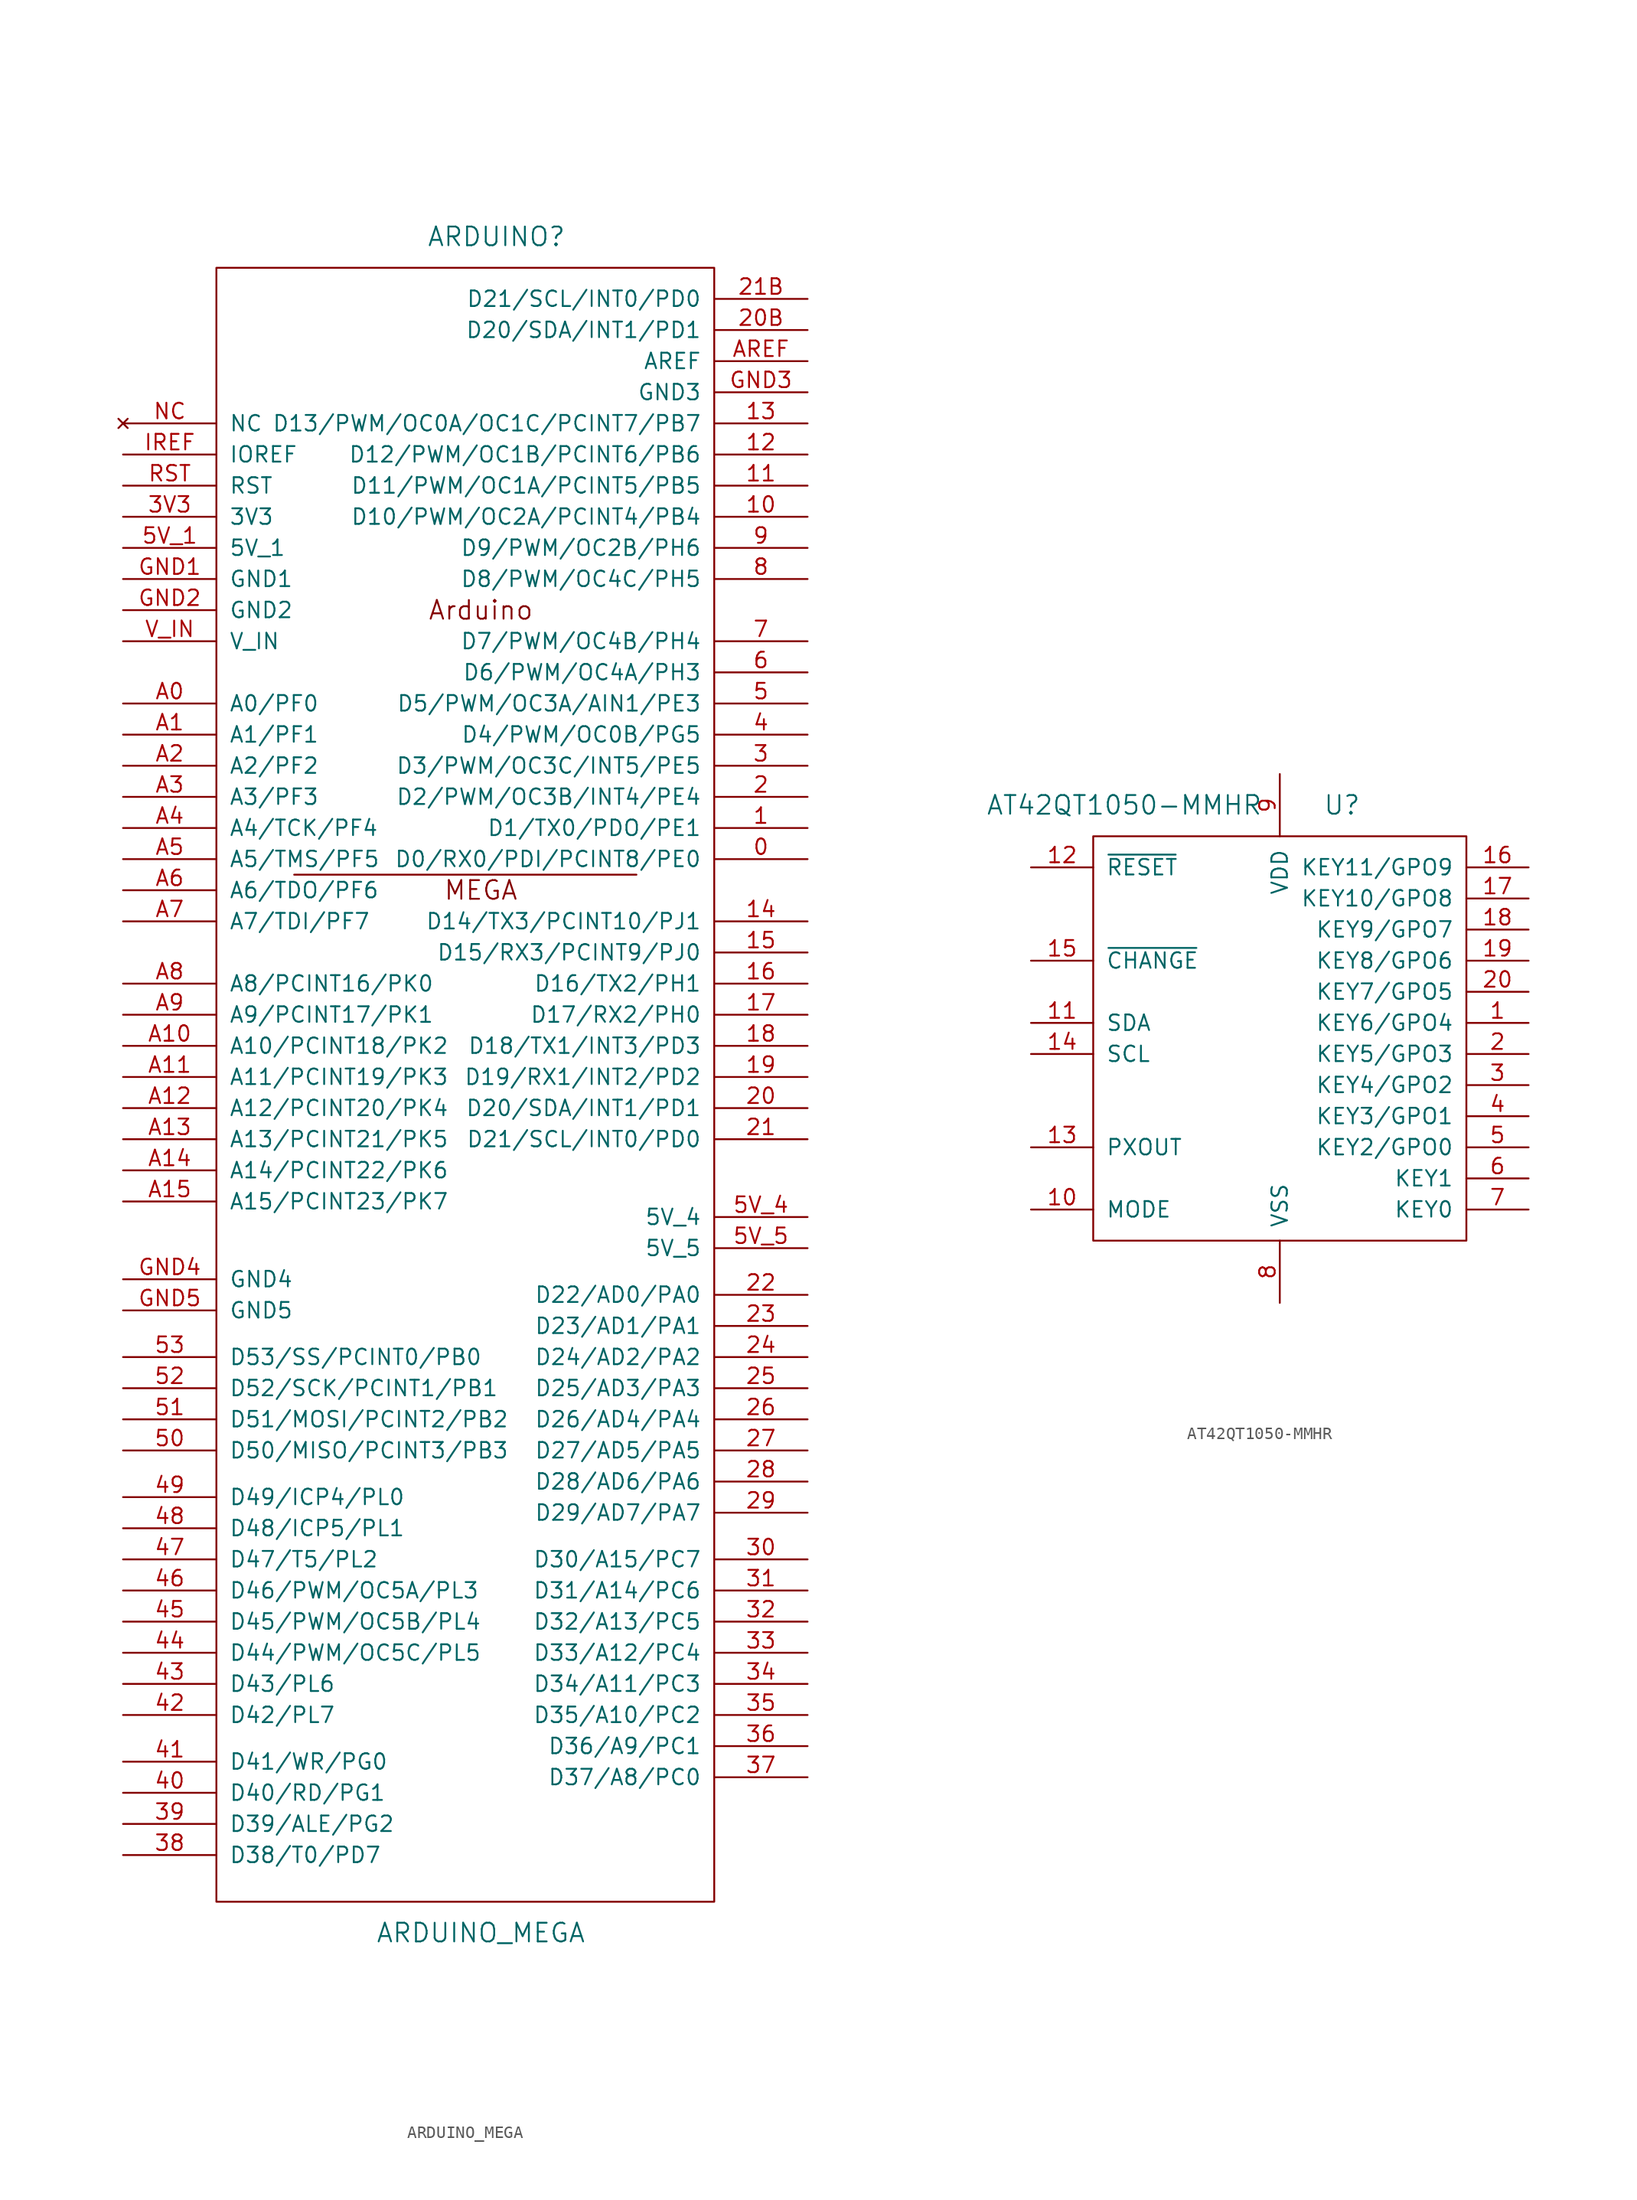
<source format=kicad_sym>
(kicad_symbol_lib
  (version 20211014)
  (generator kicad_symbol_editor)
  (symbol "ARDUINO_MEGA"
    (pin_names
      (offset 1.016))
    (property "Reference" "ARDUINO"
      (at 1.27 69.85 0)
      (effects (font (size 1.524 1.524))))
    (property "Value" "ARDUINO_MEGA"
      (at 0 -68.58 0)
      (effects (font (size 1.524 1.524))))
    (property "Datasheet" ""
      (at 1.27 69.85 0)
      (effects (font (size 1.524 1.524))))
    (symbol "ARDUINO_MEGA_0_0"
      (text "Arduino" (at 0 39.37 0) (effects (font (size 1.524 1.524))))
      (text "MEGA" (at 0 16.51 0) (effects (font (size 1.524 1.524)))))
    (symbol "ARDUINO_MEGA_0_1"
      (rectangle (start -21.59 -66.04) (end 19.05 67.31) (stroke (width 0) (type default) (color 0 0 0 0)) (fill (type none)))
      (polyline (pts (xy -15.24 17.78) (xy 12.7 17.78) (xy 12.7 17.78)) (stroke (width 0) (type default) (color 0 0 0 0)) (fill (type none))))
    (symbol "ARDUINO_MEGA_1_1"
      (pin bidirectional line (at 26.67 19.05 180) (length 7.62) (name "D0/RX0/PDI/PCINT8/PE0" (effects (font (size 1.27 1.27)))) (number "0" (effects (font (size 1.27 1.27)))))
      (pin bidirectional line (at 26.67 21.59 180) (length 7.62) (name "D1/TX0/PDO/PE1" (effects (font (size 1.27 1.27)))) (number "1" (effects (font (size 1.27 1.27)))))
      (pin bidirectional line (at 26.67 46.99 180) (length 7.62) (name "D10/PWM/OC2A/PCINT4/PB4" (effects (font (size 1.27 1.27)))) (number "10" (effects (font (size 1.27 1.27)))))
      (pin bidirectional line (at 26.67 49.53 180) (length 7.62) (name "D11/PWM/OC1A/PCINT5/PB5" (effects (font (size 1.27 1.27)))) (number "11" (effects (font (size 1.27 1.27)))))
      (pin bidirectional line (at 26.67 52.07 180) (length 7.62) (name "D12/PWM/OC1B/PCINT6/PB6" (effects (font (size 1.27 1.27)))) (number "12" (effects (font (size 1.27 1.27)))))
      (pin bidirectional line (at 26.67 54.61 180) (length 7.62) (name "D13/PWM/OC0A/OC1C/PCINT7/PB7" (effects (font (size 1.27 1.27)))) (number "13" (effects (font (size 1.27 1.27)))))
      (pin bidirectional line (at 26.67 13.97 180) (length 7.62) (name "D14/TX3/PCINT10/PJ1" (effects (font (size 1.27 1.27)))) (number "14" (effects (font (size 1.27 1.27)))))
      (pin bidirectional line (at 26.67 11.43 180) (length 7.62) (name "D15/RX3/PCINT9/PJ0" (effects (font (size 1.27 1.27)))) (number "15" (effects (font (size 1.27 1.27)))))
      (pin bidirectional line (at 26.67 8.89 180) (length 7.62) (name "D16/TX2/PH1" (effects (font (size 1.27 1.27)))) (number "16" (effects (font (size 1.27 1.27)))))
      (pin bidirectional line (at 26.67 6.35 180) (length 7.62) (name "D17/RX2/PH0" (effects (font (size 1.27 1.27)))) (number "17" (effects (font (size 1.27 1.27)))))
      (pin bidirectional line (at 26.67 3.81 180) (length 7.62) (name "D18/TX1/INT3/PD3" (effects (font (size 1.27 1.27)))) (number "18" (effects (font (size 1.27 1.27)))))
      (pin bidirectional line (at 26.67 1.27 180) (length 7.62) (name "D19/RX1/INT2/PD2" (effects (font (size 1.27 1.27)))) (number "19" (effects (font (size 1.27 1.27)))))
      (pin bidirectional line (at 26.67 24.13 180) (length 7.62) (name "D2/PWM/OC3B/INT4/PE4" (effects (font (size 1.27 1.27)))) (number "2" (effects (font (size 1.27 1.27)))))
      (pin bidirectional line (at 26.67 -1.27 180) (length 7.62) (name "D20/SDA/INT1/PD1" (effects (font (size 1.27 1.27)))) (number "20" (effects (font (size 1.27 1.27)))))
      (pin bidirectional line (at 26.67 62.23 180) (length 7.62) (name "D20/SDA/INT1/PD1" (effects (font (size 1.27 1.27)))) (number "20B" (effects (font (size 1.27 1.27)))))
      (pin bidirectional line (at 26.67 -3.81 180) (length 7.62) (name "D21/SCL/INT0/PD0" (effects (font (size 1.27 1.27)))) (number "21" (effects (font (size 1.27 1.27)))))
      (pin bidirectional line (at 26.67 64.77 180) (length 7.62) (name "D21/SCL/INT0/PD0" (effects (font (size 1.27 1.27)))) (number "21B" (effects (font (size 1.27 1.27)))))
      (pin bidirectional line (at 26.67 -16.51 180) (length 7.62) (name "D22/AD0/PA0" (effects (font (size 1.27 1.27)))) (number "22" (effects (font (size 1.27 1.27)))))
      (pin bidirectional line (at 26.67 -19.05 180) (length 7.62) (name "D23/AD1/PA1" (effects (font (size 1.27 1.27)))) (number "23" (effects (font (size 1.27 1.27)))))
      (pin bidirectional line (at 26.67 -21.59 180) (length 7.62) (name "D24/AD2/PA2" (effects (font (size 1.27 1.27)))) (number "24" (effects (font (size 1.27 1.27)))))
      (pin bidirectional line (at 26.67 -24.13 180) (length 7.62) (name "D25/AD3/PA3" (effects (font (size 1.27 1.27)))) (number "25" (effects (font (size 1.27 1.27)))))
      (pin bidirectional line (at 26.67 -26.67 180) (length 7.62) (name "D26/AD4/PA4" (effects (font (size 1.27 1.27)))) (number "26" (effects (font (size 1.27 1.27)))))
      (pin bidirectional line (at 26.67 -29.21 180) (length 7.62) (name "D27/AD5/PA5" (effects (font (size 1.27 1.27)))) (number "27" (effects (font (size 1.27 1.27)))))
      (pin bidirectional line (at 26.67 -31.75 180) (length 7.62) (name "D28/AD6/PA6" (effects (font (size 1.27 1.27)))) (number "28" (effects (font (size 1.27 1.27)))))
      (pin bidirectional line (at 26.67 -34.29 180) (length 7.62) (name "D29/AD7/PA7" (effects (font (size 1.27 1.27)))) (number "29" (effects (font (size 1.27 1.27)))))
      (pin bidirectional line (at 26.67 26.67 180) (length 7.62) (name "D3/PWM/OC3C/INT5/PE5" (effects (font (size 1.27 1.27)))) (number "3" (effects (font (size 1.27 1.27)))))
      (pin bidirectional line (at 26.67 -38.1 180) (length 7.62) (name "D30/A15/PC7" (effects (font (size 1.27 1.27)))) (number "30" (effects (font (size 1.27 1.27)))))
      (pin bidirectional line (at 26.67 -40.64 180) (length 7.62) (name "D31/A14/PC6" (effects (font (size 1.27 1.27)))) (number "31" (effects (font (size 1.27 1.27)))))
      (pin bidirectional line (at 26.67 -43.18 180) (length 7.62) (name "D32/A13/PC5" (effects (font (size 1.27 1.27)))) (number "32" (effects (font (size 1.27 1.27)))))
      (pin bidirectional line (at 26.67 -45.72 180) (length 7.62) (name "D33/A12/PC4" (effects (font (size 1.27 1.27)))) (number "33" (effects (font (size 1.27 1.27)))))
      (pin bidirectional line (at 26.67 -48.26 180) (length 7.62) (name "D34/A11/PC3" (effects (font (size 1.27 1.27)))) (number "34" (effects (font (size 1.27 1.27)))))
      (pin bidirectional line (at 26.67 -50.8 180) (length 7.62) (name "D35/A10/PC2" (effects (font (size 1.27 1.27)))) (number "35" (effects (font (size 1.27 1.27)))))
      (pin bidirectional line (at 26.67 -53.34 180) (length 7.62) (name "D36/A9/PC1" (effects (font (size 1.27 1.27)))) (number "36" (effects (font (size 1.27 1.27)))))
      (pin bidirectional line (at 26.67 -55.88 180) (length 7.62) (name "D37/A8/PC0" (effects (font (size 1.27 1.27)))) (number "37" (effects (font (size 1.27 1.27)))))
      (pin bidirectional line (at -29.21 -62.23 0) (length 7.62) (name "D38/T0/PD7" (effects (font (size 1.27 1.27)))) (number "38" (effects (font (size 1.27 1.27)))))
      (pin bidirectional line (at -29.21 -59.69 0) (length 7.62) (name "D39/ALE/PG2" (effects (font (size 1.27 1.27)))) (number "39" (effects (font (size 1.27 1.27)))))
      (pin power_in line (at -29.21 46.99 0) (length 7.62) (name "3V3" (effects (font (size 1.27 1.27)))) (number "3V3" (effects (font (size 1.27 1.27)))))
      (pin bidirectional line (at 26.67 29.21 180) (length 7.62) (name "D4/PWM/OC0B/PG5" (effects (font (size 1.27 1.27)))) (number "4" (effects (font (size 1.27 1.27)))))
      (pin bidirectional line (at -29.21 -57.15 0) (length 7.62) (name "D40/RD/PG1" (effects (font (size 1.27 1.27)))) (number "40" (effects (font (size 1.27 1.27)))))
      (pin bidirectional line (at -29.21 -54.61 0) (length 7.62) (name "D41/WR/PG0" (effects (font (size 1.27 1.27)))) (number "41" (effects (font (size 1.27 1.27)))))
      (pin bidirectional line (at -29.21 -50.8 0) (length 7.62) (name "D42/PL7" (effects (font (size 1.27 1.27)))) (number "42" (effects (font (size 1.27 1.27)))))
      (pin bidirectional line (at -29.21 -48.26 0) (length 7.62) (name "D43/PL6" (effects (font (size 1.27 1.27)))) (number "43" (effects (font (size 1.27 1.27)))))
      (pin bidirectional line (at -29.21 -45.72 0) (length 7.62) (name "D44/PWM/OC5C/PL5" (effects (font (size 1.27 1.27)))) (number "44" (effects (font (size 1.27 1.27)))))
      (pin bidirectional line (at -29.21 -43.18 0) (length 7.62) (name "D45/PWM/OC5B/PL4" (effects (font (size 1.27 1.27)))) (number "45" (effects (font (size 1.27 1.27)))))
      (pin bidirectional line (at -29.21 -40.64 0) (length 7.62) (name "D46/PWM/OC5A/PL3" (effects (font (size 1.27 1.27)))) (number "46" (effects (font (size 1.27 1.27)))))
      (pin bidirectional line (at -29.21 -38.1 0) (length 7.62) (name "D47/T5/PL2" (effects (font (size 1.27 1.27)))) (number "47" (effects (font (size 1.27 1.27)))))
      (pin bidirectional line (at -29.21 -35.56 0) (length 7.62) (name "D48/ICP5/PL1" (effects (font (size 1.27 1.27)))) (number "48" (effects (font (size 1.27 1.27)))))
      (pin bidirectional line (at -29.21 -33.02 0) (length 7.62) (name "D49/ICP4/PL0" (effects (font (size 1.27 1.27)))) (number "49" (effects (font (size 1.27 1.27)))))
      (pin bidirectional line (at 26.67 31.75 180) (length 7.62) (name "D5/PWM/OC3A/AIN1/PE3" (effects (font (size 1.27 1.27)))) (number "5" (effects (font (size 1.27 1.27)))))
      (pin bidirectional line (at -29.21 -29.21 0) (length 7.62) (name "D50/MISO/PCINT3/PB3" (effects (font (size 1.27 1.27)))) (number "50" (effects (font (size 1.27 1.27)))))
      (pin bidirectional line (at -29.21 -26.67 0) (length 7.62) (name "D51/MOSI/PCINT2/PB2" (effects (font (size 1.27 1.27)))) (number "51" (effects (font (size 1.27 1.27)))))
      (pin bidirectional line (at -29.21 -24.13 0) (length 7.62) (name "D52/SCK/PCINT1/PB1" (effects (font (size 1.27 1.27)))) (number "52" (effects (font (size 1.27 1.27)))))
      (pin bidirectional line (at -29.21 -21.59 0) (length 7.62) (name "D53/SS/PCINT0/PB0" (effects (font (size 1.27 1.27)))) (number "53" (effects (font (size 1.27 1.27)))))
      (pin power_in line (at -29.21 44.45 0) (length 7.62) (name "5V_1" (effects (font (size 1.27 1.27)))) (number "5V_1" (effects (font (size 1.27 1.27)))))
      (pin power_in line (at 26.67 -10.16 180) (length 7.62) (name "5V_4" (effects (font (size 1.27 1.27)))) (number "5V_4" (effects (font (size 1.27 1.27)))))
      (pin power_in line (at 26.67 -12.7 180) (length 7.62) (name "5V_5" (effects (font (size 1.27 1.27)))) (number "5V_5" (effects (font (size 1.27 1.27)))))
      (pin bidirectional line (at 26.67 34.29 180) (length 7.62) (name "D6/PWM/OC4A/PH3" (effects (font (size 1.27 1.27)))) (number "6" (effects (font (size 1.27 1.27)))))
      (pin bidirectional line (at 26.67 36.83 180) (length 7.62) (name "D7/PWM/OC4B/PH4" (effects (font (size 1.27 1.27)))) (number "7" (effects (font (size 1.27 1.27)))))
      (pin bidirectional line (at 26.67 41.91 180) (length 7.62) (name "D8/PWM/OC4C/PH5" (effects (font (size 1.27 1.27)))) (number "8" (effects (font (size 1.27 1.27)))))
      (pin bidirectional line (at 26.67 44.45 180) (length 7.62) (name "D9/PWM/OC2B/PH6" (effects (font (size 1.27 1.27)))) (number "9" (effects (font (size 1.27 1.27)))))
      (pin bidirectional line (at -29.21 31.75 0) (length 7.62) (name "A0/PF0" (effects (font (size 1.27 1.27)))) (number "A0" (effects (font (size 1.27 1.27)))))
      (pin bidirectional line (at -29.21 29.21 0) (length 7.62) (name "A1/PF1" (effects (font (size 1.27 1.27)))) (number "A1" (effects (font (size 1.27 1.27)))))
      (pin bidirectional line (at -29.21 3.81 0) (length 7.62) (name "A10/PCINT18/PK2" (effects (font (size 1.27 1.27)))) (number "A10" (effects (font (size 1.27 1.27)))))
      (pin bidirectional line (at -29.21 1.27 0) (length 7.62) (name "A11/PCINT19/PK3" (effects (font (size 1.27 1.27)))) (number "A11" (effects (font (size 1.27 1.27)))))
      (pin bidirectional line (at -29.21 -1.27 0) (length 7.62) (name "A12/PCINT20/PK4" (effects (font (size 1.27 1.27)))) (number "A12" (effects (font (size 1.27 1.27)))))
      (pin bidirectional line (at -29.21 -3.81 0) (length 7.62) (name "A13/PCINT21/PK5" (effects (font (size 1.27 1.27)))) (number "A13" (effects (font (size 1.27 1.27)))))
      (pin bidirectional line (at -29.21 -6.35 0) (length 7.62) (name "A14/PCINT22/PK6" (effects (font (size 1.27 1.27)))) (number "A14" (effects (font (size 1.27 1.27)))))
      (pin bidirectional line (at -29.21 -8.89 0) (length 7.62) (name "A15/PCINT23/PK7" (effects (font (size 1.27 1.27)))) (number "A15" (effects (font (size 1.27 1.27)))))
      (pin bidirectional line (at -29.21 26.67 0) (length 7.62) (name "A2/PF2" (effects (font (size 1.27 1.27)))) (number "A2" (effects (font (size 1.27 1.27)))))
      (pin bidirectional line (at -29.21 24.13 0) (length 7.62) (name "A3/PF3" (effects (font (size 1.27 1.27)))) (number "A3" (effects (font (size 1.27 1.27)))))
      (pin bidirectional line (at -29.21 21.59 0) (length 7.62) (name "A4/TCK/PF4" (effects (font (size 1.27 1.27)))) (number "A4" (effects (font (size 1.27 1.27)))))
      (pin bidirectional line (at -29.21 19.05 0) (length 7.62) (name "A5/TMS/PF5" (effects (font (size 1.27 1.27)))) (number "A5" (effects (font (size 1.27 1.27)))))
      (pin bidirectional line (at -29.21 16.51 0) (length 7.62) (name "A6/TDO/PF6" (effects (font (size 1.27 1.27)))) (number "A6" (effects (font (size 1.27 1.27)))))
      (pin bidirectional line (at -29.21 13.97 0) (length 7.62) (name "A7/TDI/PF7" (effects (font (size 1.27 1.27)))) (number "A7" (effects (font (size 1.27 1.27)))))
      (pin bidirectional line (at -29.21 8.89 0) (length 7.62) (name "A8/PCINT16/PK0" (effects (font (size 1.27 1.27)))) (number "A8" (effects (font (size 1.27 1.27)))))
      (pin bidirectional line (at -29.21 6.35 0) (length 7.62) (name "A9/PCINT17/PK1" (effects (font (size 1.27 1.27)))) (number "A9" (effects (font (size 1.27 1.27)))))
      (pin power_in line (at 26.67 59.69 180) (length 7.62) (name "AREF" (effects (font (size 1.27 1.27)))) (number "AREF" (effects (font (size 1.27 1.27)))))
      (pin power_in line (at -29.21 41.91 0) (length 7.62) (name "GND1" (effects (font (size 1.27 1.27)))) (number "GND1" (effects (font (size 1.27 1.27)))))
      (pin power_in line (at -29.21 39.37 0) (length 7.62) (name "GND2" (effects (font (size 1.27 1.27)))) (number "GND2" (effects (font (size 1.27 1.27)))))
      (pin power_in line (at 26.67 57.15 180) (length 7.62) (name "GND3" (effects (font (size 1.27 1.27)))) (number "GND3" (effects (font (size 1.27 1.27)))))
      (pin power_in line (at -29.21 -15.24 0) (length 7.62) (name "GND4" (effects (font (size 1.27 1.27)))) (number "GND4" (effects (font (size 1.27 1.27)))))
      (pin power_in line (at -29.21 -17.78 0) (length 7.62) (name "GND5" (effects (font (size 1.27 1.27)))) (number "GND5" (effects (font (size 1.27 1.27)))))
      (pin input line (at -29.21 52.07 0) (length 7.62) (name "IOREF" (effects (font (size 1.27 1.27)))) (number "IREF" (effects (font (size 1.27 1.27)))))
      (pin no_connect line (at -29.21 54.61 0) (length 7.62) (name "NC" (effects (font (size 1.27 1.27)))) (number "NC" (effects (font (size 1.27 1.27)))))
      (pin input line (at -29.21 49.53 0) (length 7.62) (name "RST" (effects (font (size 1.27 1.27)))) (number "RST" (effects (font (size 1.27 1.27)))))
      (pin power_in line (at -29.21 36.83 0) (length 7.62) (name "V_IN" (effects (font (size 1.27 1.27)))) (number "V_IN" (effects (font (size 1.27 1.27)))))))
  (symbol "AT42QT1050-MMHR"
    (pin_names
      (offset 1.016))
    (property "Reference" "U"
      (at 5.08 17.78 0)
      (effects (font (size 1.524 1.524))))
    (property "Value" "AT42QT1050-MMHR"
      (at -12.7 17.78 0)
      (effects (font (size 1.524 1.524))))
    (property "Datasheet" ""
      (at 1.27 69.85 0)
      (effects (font (size 1.524 1.524))))
    (symbol "AT42QT1050-MMHR_0_1"
      (rectangle (start -15.24 15.24) (end 15.24 -17.78) (stroke (width 0) (type default) (color 0 0 0 0)) (fill (type none))))
    (symbol "AT42QT1050-MMHR_1_1"
      (pin passive line (at 20.32 0 180) (length 5.08) (name "KEY6/GPO4" (effects (font (size 1.27 1.27)))) (number "1" (effects (font (size 1.27 1.27)))))
      (pin passive line (at -20.32 -15.24 0) (length 5.08) (name "MODE" (effects (font (size 1.27 1.27)))) (number "10" (effects (font (size 1.27 1.27)))))
      (pin bidirectional line (at -20.32 0 0) (length 5.08) (name "SDA" (effects (font (size 1.27 1.27)))) (number "11" (effects (font (size 1.27 1.27)))))
      (pin passive line (at -20.32 12.7 0) (length 5.08) (name "~{RESET}" (effects (font (size 1.27 1.27)))) (number "12" (effects (font (size 1.27 1.27)))))
      (pin passive line (at -20.32 -10.16 0) (length 5.08) (name "PXOUT" (effects (font (size 1.27 1.27)))) (number "13" (effects (font (size 1.27 1.27)))))
      (pin input line (at -20.32 -2.54 0) (length 5.08) (name "SCL" (effects (font (size 1.27 1.27)))) (number "14" (effects (font (size 1.27 1.27)))))
      (pin open_collector line (at -20.32 5.08 0) (length 5.08) (name "~{CHANGE}" (effects (font (size 1.27 1.27)))) (number "15" (effects (font (size 1.27 1.27)))))
      (pin passive line (at 20.32 12.7 180) (length 5.08) (name "KEY11/GPO9" (effects (font (size 1.27 1.27)))) (number "16" (effects (font (size 1.27 1.27)))))
      (pin passive line (at 20.32 10.16 180) (length 5.08) (name "KEY10/GPO8" (effects (font (size 1.27 1.27)))) (number "17" (effects (font (size 1.27 1.27)))))
      (pin passive line (at 20.32 7.62 180) (length 5.08) (name "KEY9/GPO7" (effects (font (size 1.27 1.27)))) (number "18" (effects (font (size 1.27 1.27)))))
      (pin passive line (at 20.32 5.08 180) (length 5.08) (name "KEY8/GPO6" (effects (font (size 1.27 1.27)))) (number "19" (effects (font (size 1.27 1.27)))))
      (pin passive line (at 20.32 -2.54 180) (length 5.08) (name "KEY5/GPO3" (effects (font (size 1.27 1.27)))) (number "2" (effects (font (size 1.27 1.27)))))
      (pin passive line (at 20.32 2.54 180) (length 5.08) (name "KEY7/GPO5" (effects (font (size 1.27 1.27)))) (number "20" (effects (font (size 1.27 1.27)))))
      (pin passive line (at 20.32 -5.08 180) (length 5.08) (name "KEY4/GPO2" (effects (font (size 1.27 1.27)))) (number "3" (effects (font (size 1.27 1.27)))))
      (pin passive line (at 20.32 -7.62 180) (length 5.08) (name "KEY3/GPO1" (effects (font (size 1.27 1.27)))) (number "4" (effects (font (size 1.27 1.27)))))
      (pin passive line (at 20.32 -10.16 180) (length 5.08) (name "KEY2/GPO0" (effects (font (size 1.27 1.27)))) (number "5" (effects (font (size 1.27 1.27)))))
      (pin passive line (at 20.32 -12.7 180) (length 5.08) (name "KEY1" (effects (font (size 1.27 1.27)))) (number "6" (effects (font (size 1.27 1.27)))))
      (pin passive line (at 20.32 -15.24 180) (length 5.08) (name "KEY0" (effects (font (size 1.27 1.27)))) (number "7" (effects (font (size 1.27 1.27)))))
      (pin power_in line (at 0 -22.86 90) (length 5.08) (name "VSS" (effects (font (size 1.27 1.27)))) (number "8" (effects (font (size 1.27 1.27)))))
      (pin power_in line (at 0 20.32 270) (length 5.08) (name "VDD" (effects (font (size 1.27 1.27)))) (number "9" (effects (font (size 1.27 1.27))))))))
</source>
